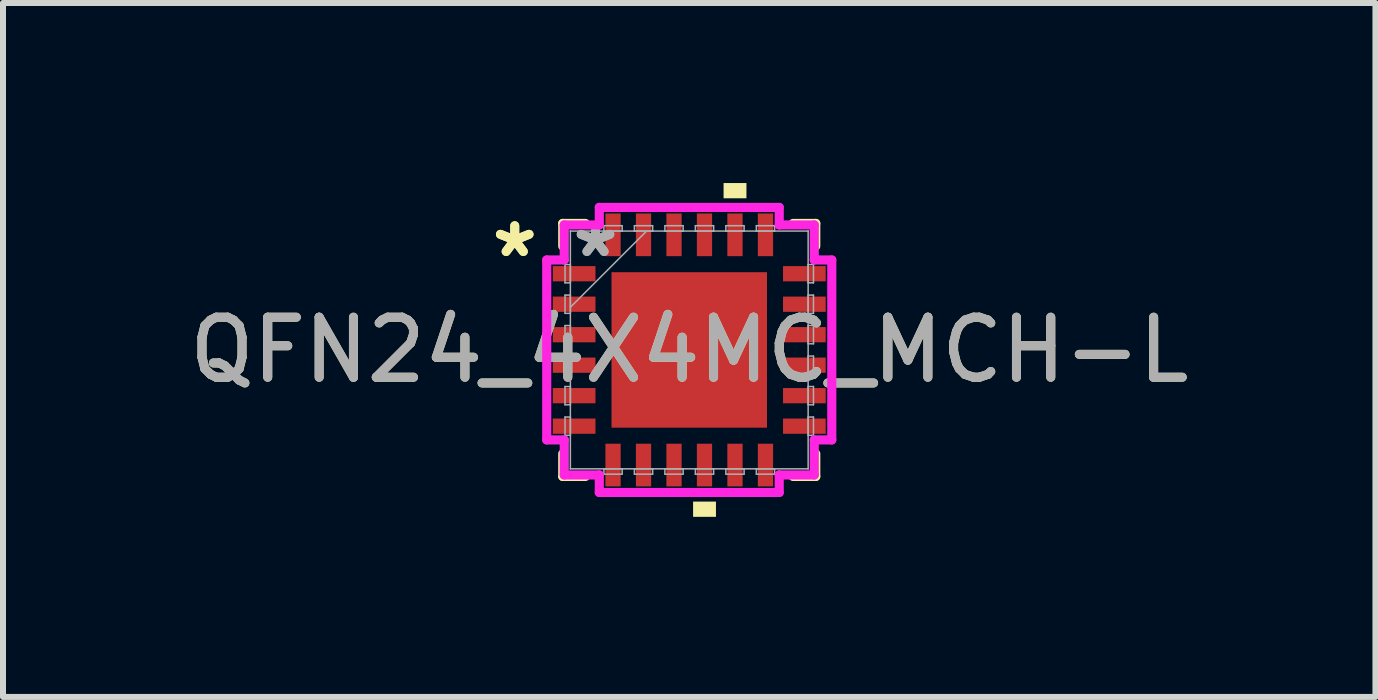
<source format=kicad_pcb>
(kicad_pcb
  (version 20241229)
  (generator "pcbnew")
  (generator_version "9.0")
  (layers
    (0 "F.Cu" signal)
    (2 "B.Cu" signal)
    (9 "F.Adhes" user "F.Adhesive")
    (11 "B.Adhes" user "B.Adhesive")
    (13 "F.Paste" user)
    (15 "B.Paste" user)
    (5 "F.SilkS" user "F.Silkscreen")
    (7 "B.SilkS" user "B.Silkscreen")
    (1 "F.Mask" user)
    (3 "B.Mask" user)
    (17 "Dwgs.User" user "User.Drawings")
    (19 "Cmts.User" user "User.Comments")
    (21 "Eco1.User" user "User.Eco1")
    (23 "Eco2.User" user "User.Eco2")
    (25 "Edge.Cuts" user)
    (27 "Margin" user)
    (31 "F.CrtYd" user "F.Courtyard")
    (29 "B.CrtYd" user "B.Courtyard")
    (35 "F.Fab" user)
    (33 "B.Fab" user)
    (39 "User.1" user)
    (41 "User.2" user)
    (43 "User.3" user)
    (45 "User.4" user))
  (footprint "QFN24_4X4MC_MCH-L"
    (layer "F.Cu")
    (at 8.435 2.781)
    (property "Reference" "QFN24_4X4MC_MCH-L" (at 0 0 0) (unlocked yes) (layer "F.SilkS") (effects (font (size 1 1) (thickness 0.15))))
    (attr smd)
    (fp_line (start -2.108 -2.108) (end -2.108 -1.73) (stroke (width 0.152) (type solid)) (layer "F.SilkS"))
    (fp_line (start -2.108 1.73) (end -2.108 2.108) (stroke (width 0.152) (type solid)) (layer "F.SilkS"))
    (fp_line (start -2.108 2.108) (end -1.73 2.108) (stroke (width 0.152) (type solid)) (layer "F.SilkS"))
    (fp_line (start -1.73 -2.108) (end -2.108 -2.108) (stroke (width 0.152) (type solid)) (layer "F.SilkS"))
    (fp_line (start 1.73 2.108) (end 2.108 2.108) (stroke (width 0.152) (type solid)) (layer "F.SilkS"))
    (fp_line (start 2.108 -2.108) (end 1.73 -2.108) (stroke (width 0.152) (type solid)) (layer "F.SilkS"))
    (fp_line (start 2.108 -1.73) (end 2.108 -2.108) (stroke (width 0.152) (type solid)) (layer "F.SilkS"))
    (fp_line (start 2.108 2.108) (end 2.108 1.73) (stroke (width 0.152) (type solid)) (layer "F.SilkS"))
    (fp_poly (pts (xy 0.064 2.527) (xy 0.064 2.781) (xy 0.445 2.781) (xy 0.445 2.527)) (stroke (width 0) (type solid)) (fill yes) (layer "F.SilkS"))
    (fp_poly (pts (xy 0.572 -2.527) (xy 0.572 -2.781) (xy 0.953 -2.781) (xy 0.953 -2.527)) (stroke (width 0) (type solid)) (fill yes) (layer "F.SilkS"))
    (fp_poly (pts (xy -1.195 -1.195) (xy -1.195 -0.1) (xy -0.1 -0.1) (xy -0.1 -1.195)) (stroke (width 0) (type solid)) (fill yes) (layer "F.Paste"))
    (fp_poly (pts (xy -1.195 0.1) (xy -1.195 1.195) (xy -0.1 1.195) (xy -0.1 0.1)) (stroke (width 0) (type solid)) (fill yes) (layer "F.Paste"))
    (fp_poly (pts (xy 0.1 -1.195) (xy 0.1 -0.1) (xy 1.195 -0.1) (xy 1.195 -1.195)) (stroke (width 0) (type solid)) (fill yes) (layer "F.Paste"))
    (fp_poly (pts (xy 0.1 0.1) (xy 0.1 1.195) (xy 1.195 1.195) (xy 1.195 0.1)) (stroke (width 0) (type solid)) (fill yes) (layer "F.Paste"))
    (fp_line (start -2.375 -1.499) (end -2.083 -1.499) (stroke (width 0.152) (type solid)) (layer "F.CrtYd"))
    (fp_line (start -2.375 1.499) (end -2.375 -1.499) (stroke (width 0.152) (type solid)) (layer "F.CrtYd"))
    (fp_line (start -2.083 -2.083) (end -1.499 -2.083) (stroke (width 0.152) (type solid)) (layer "F.CrtYd"))
    (fp_line (start -2.083 -1.499) (end -2.083 -2.083) (stroke (width 0.152) (type solid)) (layer "F.CrtYd"))
    (fp_line (start -2.083 1.499) (end -2.375 1.499) (stroke (width 0.152) (type solid)) (layer "F.CrtYd"))
    (fp_line (start -2.083 2.083) (end -2.083 1.499) (stroke (width 0.152) (type solid)) (layer "F.CrtYd"))
    (fp_line (start -1.499 -2.375) (end 1.499 -2.375) (stroke (width 0.152) (type solid)) (layer "F.CrtYd"))
    (fp_line (start -1.499 -2.083) (end -1.499 -2.375) (stroke (width 0.152) (type solid)) (layer "F.CrtYd"))
    (fp_line (start -1.499 2.083) (end -2.083 2.083) (stroke (width 0.152) (type solid)) (layer "F.CrtYd"))
    (fp_line (start -1.499 2.375) (end -1.499 2.083) (stroke (width 0.152) (type solid)) (layer "F.CrtYd"))
    (fp_line (start 1.499 -2.375) (end 1.499 -2.083) (stroke (width 0.152) (type solid)) (layer "F.CrtYd"))
    (fp_line (start 1.499 -2.083) (end 2.083 -2.083) (stroke (width 0.152) (type solid)) (layer "F.CrtYd"))
    (fp_line (start 1.499 2.083) (end 1.499 2.375) (stroke (width 0.152) (type solid)) (layer "F.CrtYd"))
    (fp_line (start 1.499 2.375) (end -1.499 2.375) (stroke (width 0.152) (type solid)) (layer "F.CrtYd"))
    (fp_line (start 2.083 -2.083) (end 2.083 -1.499) (stroke (width 0.152) (type solid)) (layer "F.CrtYd"))
    (fp_line (start 2.083 -1.499) (end 2.375 -1.499) (stroke (width 0.152) (type solid)) (layer "F.CrtYd"))
    (fp_line (start 2.083 1.499) (end 2.083 2.083) (stroke (width 0.152) (type solid)) (layer "F.CrtYd"))
    (fp_line (start 2.083 2.083) (end 1.499 2.083) (stroke (width 0.152) (type solid)) (layer "F.CrtYd"))
    (fp_line (start 2.375 -1.499) (end 2.375 1.499) (stroke (width 0.152) (type solid)) (layer "F.CrtYd"))
    (fp_line (start 2.375 1.499) (end 2.083 1.499) (stroke (width 0.152) (type solid)) (layer "F.CrtYd"))
    (fp_line (start -2.07 -1.422) (end -2.07 -1.118) (stroke (width 0.025) (type solid)) (layer "F.Fab"))
    (fp_line (start -2.07 -1.118) (end -1.981 -1.118) (stroke (width 0.025) (type solid)) (layer "F.Fab"))
    (fp_line (start -2.07 -0.914) (end -2.07 -0.61) (stroke (width 0.025) (type solid)) (layer "F.Fab"))
    (fp_line (start -2.07 -0.61) (end -1.981 -0.61) (stroke (width 0.025) (type solid)) (layer "F.Fab"))
    (fp_line (start -2.07 -0.406) (end -2.07 -0.102) (stroke (width 0.025) (type solid)) (layer "F.Fab"))
    (fp_line (start -2.07 -0.102) (end -1.981 -0.102) (stroke (width 0.025) (type solid)) (layer "F.Fab"))
    (fp_line (start -2.07 0.102) (end -2.07 0.406) (stroke (width 0.025) (type solid)) (layer "F.Fab"))
    (fp_line (start -2.07 0.406) (end -1.981 0.406) (stroke (width 0.025) (type solid)) (layer "F.Fab"))
    (fp_line (start -2.07 0.61) (end -2.07 0.914) (stroke (width 0.025) (type solid)) (layer "F.Fab"))
    (fp_line (start -2.07 0.914) (end -1.981 0.914) (stroke (width 0.025) (type solid)) (layer "F.Fab"))
    (fp_line (start -2.07 1.118) (end -2.07 1.422) (stroke (width 0.025) (type solid)) (layer "F.Fab"))
    (fp_line (start -2.07 1.422) (end -1.981 1.422) (stroke (width 0.025) (type solid)) (layer "F.Fab"))
    (fp_line (start -1.981 -1.981) (end -1.981 -1.981) (stroke (width 0.025) (type solid)) (layer "F.Fab"))
    (fp_line (start -1.981 -1.981) (end -1.981 1.981) (stroke (width 0.025) (type solid)) (layer "F.Fab"))
    (fp_line (start -1.981 -1.422) (end -2.07 -1.422) (stroke (width 0.025) (type solid)) (layer "F.Fab"))
    (fp_line (start -1.981 -1.118) (end -1.981 -1.422) (stroke (width 0.025) (type solid)) (layer "F.Fab"))
    (fp_line (start -1.981 -0.914) (end -2.07 -0.914) (stroke (width 0.025) (type solid)) (layer "F.Fab"))
    (fp_line (start -1.981 -0.711) (end -0.711 -1.981) (stroke (width 0.025) (type solid)) (layer "F.Fab"))
    (fp_line (start -1.981 -0.61) (end -1.981 -0.914) (stroke (width 0.025) (type solid)) (layer "F.Fab"))
    (fp_line (start -1.981 -0.406) (end -2.07 -0.406) (stroke (width 0.025) (type solid)) (layer "F.Fab"))
    (fp_line (start -1.981 -0.102) (end -1.981 -0.406) (stroke (width 0.025) (type solid)) (layer "F.Fab"))
    (fp_line (start -1.981 0.102) (end -2.07 0.102) (stroke (width 0.025) (type solid)) (layer "F.Fab"))
    (fp_line (start -1.981 0.406) (end -1.981 0.102) (stroke (width 0.025) (type solid)) (layer "F.Fab"))
    (fp_line (start -1.981 0.61) (end -2.07 0.61) (stroke (width 0.025) (type solid)) (layer "F.Fab"))
    (fp_line (start -1.981 0.914) (end -1.981 0.61) (stroke (width 0.025) (type solid)) (layer "F.Fab"))
    (fp_line (start -1.981 1.118) (end -2.07 1.118) (stroke (width 0.025) (type solid)) (layer "F.Fab"))
    (fp_line (start -1.981 1.422) (end -1.981 1.118) (stroke (width 0.025) (type solid)) (layer "F.Fab"))
    (fp_line (start -1.981 1.981) (end -1.981 1.981) (stroke (width 0.025) (type solid)) (layer "F.Fab"))
    (fp_line (start -1.981 1.981) (end 1.981 1.981) (stroke (width 0.025) (type solid)) (layer "F.Fab"))
    (fp_line (start -1.422 -2.07) (end -1.422 -1.981) (stroke (width 0.025) (type solid)) (layer "F.Fab"))
    (fp_line (start -1.422 -1.981) (end -1.118 -1.981) (stroke (width 0.025) (type solid)) (layer "F.Fab"))
    (fp_line (start -1.422 1.981) (end -1.422 2.07) (stroke (width 0.025) (type solid)) (layer "F.Fab"))
    (fp_line (start -1.422 2.07) (end -1.118 2.07) (stroke (width 0.025) (type solid)) (layer "F.Fab"))
    (fp_line (start -1.118 -2.07) (end -1.422 -2.07) (stroke (width 0.025) (type solid)) (layer "F.Fab"))
    (fp_line (start -1.118 -1.981) (end -1.118 -2.07) (stroke (width 0.025) (type solid)) (layer "F.Fab"))
    (fp_line (start -1.118 1.981) (end -1.422 1.981) (stroke (width 0.025) (type solid)) (layer "F.Fab"))
    (fp_line (start -1.118 2.07) (end -1.118 1.981) (stroke (width 0.025) (type solid)) (layer "F.Fab"))
    (fp_line (start -0.914 -2.07) (end -0.914 -1.981) (stroke (width 0.025) (type solid)) (layer "F.Fab"))
    (fp_line (start -0.914 -1.981) (end -0.61 -1.981) (stroke (width 0.025) (type solid)) (layer "F.Fab"))
    (fp_line (start -0.914 1.981) (end -0.914 2.07) (stroke (width 0.025) (type solid)) (layer "F.Fab"))
    (fp_line (start -0.914 2.07) (end -0.61 2.07) (stroke (width 0.025) (type solid)) (layer "F.Fab"))
    (fp_line (start -0.61 -2.07) (end -0.914 -2.07) (stroke (width 0.025) (type solid)) (layer "F.Fab"))
    (fp_line (start -0.61 -1.981) (end -0.61 -2.07) (stroke (width 0.025) (type solid)) (layer "F.Fab"))
    (fp_line (start -0.61 1.981) (end -0.914 1.981) (stroke (width 0.025) (type solid)) (layer "F.Fab"))
    (fp_line (start -0.61 2.07) (end -0.61 1.981) (stroke (width 0.025) (type solid)) (layer "F.Fab"))
    (fp_line (start -0.406 -2.07) (end -0.406 -1.981) (stroke (width 0.025) (type solid)) (layer "F.Fab"))
    (fp_line (start -0.406 -1.981) (end -0.102 -1.981) (stroke (width 0.025) (type solid)) (layer "F.Fab"))
    (fp_line (start -0.406 1.981) (end -0.406 2.07) (stroke (width 0.025) (type solid)) (layer "F.Fab"))
    (fp_line (start -0.406 2.07) (end -0.102 2.07) (stroke (width 0.025) (type solid)) (layer "F.Fab"))
    (fp_line (start -0.102 -2.07) (end -0.406 -2.07) (stroke (width 0.025) (type solid)) (layer "F.Fab"))
    (fp_line (start -0.102 -1.981) (end -0.102 -2.07) (stroke (width 0.025) (type solid)) (layer "F.Fab"))
    (fp_line (start -0.102 1.981) (end -0.406 1.981) (stroke (width 0.025) (type solid)) (layer "F.Fab"))
    (fp_line (start -0.102 2.07) (end -0.102 1.981) (stroke (width 0.025) (type solid)) (layer "F.Fab"))
    (fp_line (start 0.102 -2.07) (end 0.102 -1.981) (stroke (width 0.025) (type solid)) (layer "F.Fab"))
    (fp_line (start 0.102 -1.981) (end 0.406 -1.981) (stroke (width 0.025) (type solid)) (layer "F.Fab"))
    (fp_line (start 0.102 1.981) (end 0.102 2.07) (stroke (width 0.025) (type solid)) (layer "F.Fab"))
    (fp_line (start 0.102 2.07) (end 0.406 2.07) (stroke (width 0.025) (type solid)) (layer "F.Fab"))
    (fp_line (start 0.406 -2.07) (end 0.102 -2.07) (stroke (width 0.025) (type solid)) (layer "F.Fab"))
    (fp_line (start 0.406 -1.981) (end 0.406 -2.07) (stroke (width 0.025) (type solid)) (layer "F.Fab"))
    (fp_line (start 0.406 1.981) (end 0.102 1.981) (stroke (width 0.025) (type solid)) (layer "F.Fab"))
    (fp_line (start 0.406 2.07) (end 0.406 1.981) (stroke (width 0.025) (type solid)) (layer "F.Fab"))
    (fp_line (start 0.61 -2.07) (end 0.61 -1.981) (stroke (width 0.025) (type solid)) (layer "F.Fab"))
    (fp_line (start 0.61 -1.981) (end 0.914 -1.981) (stroke (width 0.025) (type solid)) (layer "F.Fab"))
    (fp_line (start 0.61 1.981) (end 0.61 2.07) (stroke (width 0.025) (type solid)) (layer "F.Fab"))
    (fp_line (start 0.61 2.07) (end 0.914 2.07) (stroke (width 0.025) (type solid)) (layer "F.Fab"))
    (fp_line (start 0.914 -2.07) (end 0.61 -2.07) (stroke (width 0.025) (type solid)) (layer "F.Fab"))
    (fp_line (start 0.914 -1.981) (end 0.914 -2.07) (stroke (width 0.025) (type solid)) (layer "F.Fab"))
    (fp_line (start 0.914 1.981) (end 0.61 1.981) (stroke (width 0.025) (type solid)) (layer "F.Fab"))
    (fp_line (start 0.914 2.07) (end 0.914 1.981) (stroke (width 0.025) (type solid)) (layer "F.Fab"))
    (fp_line (start 1.118 -2.07) (end 1.118 -1.981) (stroke (width 0.025) (type solid)) (layer "F.Fab"))
    (fp_line (start 1.118 -1.981) (end 1.422 -1.981) (stroke (width 0.025) (type solid)) (layer "F.Fab"))
    (fp_line (start 1.118 1.981) (end 1.118 2.07) (stroke (width 0.025) (type solid)) (layer "F.Fab"))
    (fp_line (start 1.118 2.07) (end 1.422 2.07) (stroke (width 0.025) (type solid)) (layer "F.Fab"))
    (fp_line (start 1.422 -2.07) (end 1.118 -2.07) (stroke (width 0.025) (type solid)) (layer "F.Fab"))
    (fp_line (start 1.422 -1.981) (end 1.422 -2.07) (stroke (width 0.025) (type solid)) (layer "F.Fab"))
    (fp_line (start 1.422 1.981) (end 1.118 1.981) (stroke (width 0.025) (type solid)) (layer "F.Fab"))
    (fp_line (start 1.422 2.07) (end 1.422 1.981) (stroke (width 0.025) (type solid)) (layer "F.Fab"))
    (fp_line (start 1.981 -1.981) (end -1.981 -1.981) (stroke (width 0.025) (type solid)) (layer "F.Fab"))
    (fp_line (start 1.981 -1.981) (end 1.981 -1.981) (stroke (width 0.025) (type solid)) (layer "F.Fab"))
    (fp_line (start 1.981 -1.422) (end 1.981 -1.118) (stroke (width 0.025) (type solid)) (layer "F.Fab"))
    (fp_line (start 1.981 -1.118) (end 2.07 -1.118) (stroke (width 0.025) (type solid)) (layer "F.Fab"))
    (fp_line (start 1.981 -0.914) (end 1.981 -0.61) (stroke (width 0.025) (type solid)) (layer "F.Fab"))
    (fp_line (start 1.981 -0.61) (end 2.07 -0.61) (stroke (width 0.025) (type solid)) (layer "F.Fab"))
    (fp_line (start 1.981 -0.406) (end 1.981 -0.102) (stroke (width 0.025) (type solid)) (layer "F.Fab"))
    (fp_line (start 1.981 -0.102) (end 2.07 -0.102) (stroke (width 0.025) (type solid)) (layer "F.Fab"))
    (fp_line (start 1.981 0.102) (end 1.981 0.406) (stroke (width 0.025) (type solid)) (layer "F.Fab"))
    (fp_line (start 1.981 0.406) (end 2.07 0.406) (stroke (width 0.025) (type solid)) (layer "F.Fab"))
    (fp_line (start 1.981 0.61) (end 1.981 0.914) (stroke (width 0.025) (type solid)) (layer "F.Fab"))
    (fp_line (start 1.981 0.914) (end 2.07 0.914) (stroke (width 0.025) (type solid)) (layer "F.Fab"))
    (fp_line (start 1.981 1.118) (end 1.981 1.422) (stroke (width 0.025) (type solid)) (layer "F.Fab"))
    (fp_line (start 1.981 1.422) (end 2.07 1.422) (stroke (width 0.025) (type solid)) (layer "F.Fab"))
    (fp_line (start 1.981 1.981) (end 1.981 -1.981) (stroke (width 0.025) (type solid)) (layer "F.Fab"))
    (fp_line (start 1.981 1.981) (end 1.981 1.981) (stroke (width 0.025) (type solid)) (layer "F.Fab"))
    (fp_line (start 2.07 -1.422) (end 1.981 -1.422) (stroke (width 0.025) (type solid)) (layer "F.Fab"))
    (fp_line (start 2.07 -1.118) (end 2.07 -1.422) (stroke (width 0.025) (type solid)) (layer "F.Fab"))
    (fp_line (start 2.07 -0.914) (end 1.981 -0.914) (stroke (width 0.025) (type solid)) (layer "F.Fab"))
    (fp_line (start 2.07 -0.61) (end 2.07 -0.914) (stroke (width 0.025) (type solid)) (layer "F.Fab"))
    (fp_line (start 2.07 -0.406) (end 1.981 -0.406) (stroke (width 0.025) (type solid)) (layer "F.Fab"))
    (fp_line (start 2.07 -0.102) (end 2.07 -0.406) (stroke (width 0.025) (type solid)) (layer "F.Fab"))
    (fp_line (start 2.07 0.102) (end 1.981 0.102) (stroke (width 0.025) (type solid)) (layer "F.Fab"))
    (fp_line (start 2.07 0.406) (end 2.07 0.102) (stroke (width 0.025) (type solid)) (layer "F.Fab"))
    (fp_line (start 2.07 0.61) (end 1.981 0.61) (stroke (width 0.025) (type solid)) (layer "F.Fab"))
    (fp_line (start 2.07 0.914) (end 2.07 0.61) (stroke (width 0.025) (type solid)) (layer "F.Fab"))
    (fp_line (start 2.07 1.118) (end 1.981 1.118) (stroke (width 0.025) (type solid)) (layer "F.Fab"))
    (fp_line (start 2.07 1.422) (end 2.07 1.118) (stroke (width 0.025) (type solid)) (layer "F.Fab"))
    (fp_text user "*" (at -2.908 -1.524 0) (layer "F.SilkS") (effects (font (size 1 1) (thickness 0.15))))
    (fp_text user "*" (at -2.908 -1.524 0) (unlocked yes) (layer "F.SilkS") (effects (font (size 1 1) (thickness 0.15))))
    (fp_text user "${REFERENCE}" (at 0 0 0) (unlocked yes) (layer "F.Fab") (effects (font (size 1 1) (thickness 0.15))))
    (fp_text user "*" (at -1.562 -1.524 0) (layer "F.Fab") (effects (font (size 1 1) (thickness 0.15))))
    (fp_text user "*" (at -1.562 -1.524 0) (unlocked yes) (layer "F.Fab") (effects (font (size 1 1) (thickness 0.15))))
    (pad "1" smd rect (at -1.918 -1.27 90) (size 0.254 0.711) (layers "F.Cu" "F.Mask" "F.Paste"))
    (pad "2" smd rect (at -1.918 -0.762 90) (size 0.254 0.711) (layers "F.Cu" "F.Mask" "F.Paste"))
    (pad "3" smd rect (at -1.918 -0.254 90) (size 0.254 0.711) (layers "F.Cu" "F.Mask" "F.Paste"))
    (pad "4" smd rect (at -1.918 0.254 90) (size 0.254 0.711) (layers "F.Cu" "F.Mask" "F.Paste"))
    (pad "5" smd rect (at -1.918 0.762 90) (size 0.254 0.711) (layers "F.Cu" "F.Mask" "F.Paste"))
    (pad "6" smd rect (at -1.918 1.27 90) (size 0.254 0.711) (layers "F.Cu" "F.Mask" "F.Paste"))
    (pad "7" smd rect (at -1.27 1.918) (size 0.254 0.711) (layers "F.Cu" "F.Mask" "F.Paste"))
    (pad "8" smd rect (at -0.762 1.918) (size 0.254 0.711) (layers "F.Cu" "F.Mask" "F.Paste"))
    (pad "9" smd rect (at -0.254 1.918) (size 0.254 0.711) (layers "F.Cu" "F.Mask" "F.Paste"))
    (pad "10" smd rect (at 0.254 1.918) (size 0.254 0.711) (layers "F.Cu" "F.Mask" "F.Paste"))
    (pad "11" smd rect (at 0.762 1.918) (size 0.254 0.711) (layers "F.Cu" "F.Mask" "F.Paste"))
    (pad "12" smd rect (at 1.27 1.918) (size 0.254 0.711) (layers "F.Cu" "F.Mask" "F.Paste"))
    (pad "13" smd rect (at 1.918 1.27 90) (size 0.254 0.711) (layers "F.Cu" "F.Mask" "F.Paste"))
    (pad "14" smd rect (at 1.918 0.762 90) (size 0.254 0.711) (layers "F.Cu" "F.Mask" "F.Paste"))
    (pad "15" smd rect (at 1.918 0.254 90) (size 0.254 0.711) (layers "F.Cu" "F.Mask" "F.Paste"))
    (pad "16" smd rect (at 1.918 -0.254 90) (size 0.254 0.711) (layers "F.Cu" "F.Mask" "F.Paste"))
    (pad "17" smd rect (at 1.918 -0.762 90) (size 0.254 0.711) (layers "F.Cu" "F.Mask" "F.Paste"))
    (pad "18" smd rect (at 1.918 -1.27 90) (size 0.254 0.711) (layers "F.Cu" "F.Mask" "F.Paste"))
    (pad "19" smd rect (at 1.27 -1.918) (size 0.254 0.711) (layers "F.Cu" "F.Mask" "F.Paste"))
    (pad "20" smd rect (at 0.762 -1.918) (size 0.254 0.711) (layers "F.Cu" "F.Mask" "F.Paste"))
    (pad "21" smd rect (at 0.254 -1.918) (size 0.254 0.711) (layers "F.Cu" "F.Mask" "F.Paste"))
    (pad "22" smd rect (at -0.254 -1.918) (size 0.254 0.711) (layers "F.Cu" "F.Mask" "F.Paste"))
    (pad "23" smd rect (at -0.762 -1.918) (size 0.254 0.711) (layers "F.Cu" "F.Mask" "F.Paste"))
    (pad "24" smd rect (at -1.27 -1.918) (size 0.254 0.711) (layers "F.Cu" "F.Mask" "F.Paste"))
    (pad "25" smd rect (at 0 0) (size 2.591 2.591) (layers "F.Cu" "F.Mask" "F.Paste")))
  (gr_rect
    (start -3 -3)
    (end 19.869 8.563)
    (stroke (width 0.1) (type default))
    (fill no)
    (layer "Edge.Cuts")))
</source>
